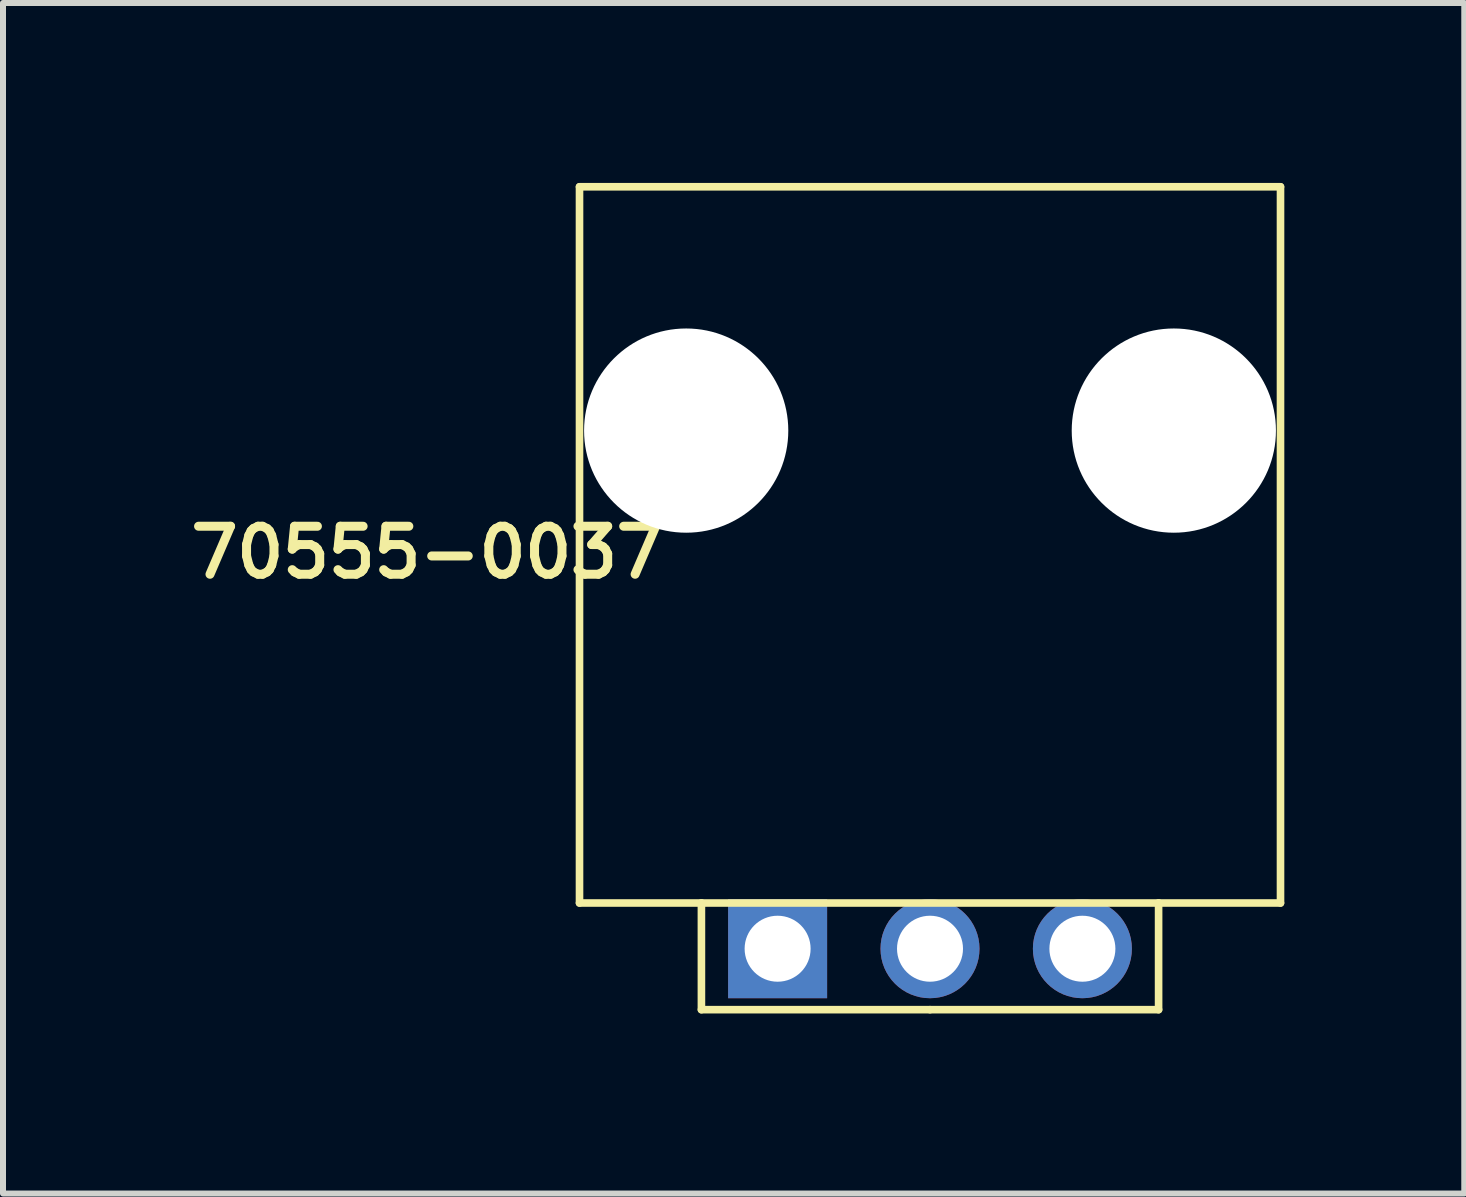
<source format=kicad_pcb>
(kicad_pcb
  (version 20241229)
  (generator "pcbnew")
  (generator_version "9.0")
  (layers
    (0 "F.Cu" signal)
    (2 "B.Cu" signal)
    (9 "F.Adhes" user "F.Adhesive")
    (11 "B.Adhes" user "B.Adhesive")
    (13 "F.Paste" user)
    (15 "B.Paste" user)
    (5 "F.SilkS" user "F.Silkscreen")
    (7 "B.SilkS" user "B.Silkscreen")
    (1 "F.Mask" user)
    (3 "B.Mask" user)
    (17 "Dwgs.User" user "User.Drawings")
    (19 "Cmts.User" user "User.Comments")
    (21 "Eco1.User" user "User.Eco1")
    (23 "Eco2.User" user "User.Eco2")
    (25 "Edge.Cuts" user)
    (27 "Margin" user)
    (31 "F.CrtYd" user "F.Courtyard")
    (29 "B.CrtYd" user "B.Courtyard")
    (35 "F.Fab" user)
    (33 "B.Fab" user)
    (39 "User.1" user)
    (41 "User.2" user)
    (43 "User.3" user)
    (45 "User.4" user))
  (footprint "70555-0037"
    (layer "F.Cu")
    (at 12.451 8.445)
    (property "Reference" "70555-0037" (at -8.382 -2.286 0) (layer "F.SilkS") (effects (font (size 0.8 0.8) (thickness 0.15))))
    (attr through_hole)
    (fp_line (start -5.842 -8.382) (end 5.842 -8.382) (stroke (width 0.127) (type solid)) (layer "F.SilkS"))
    (fp_line (start -5.842 3.556) (end -5.842 -8.382) (stroke (width 0.127) (type solid)) (layer "F.SilkS"))
    (fp_line (start -3.81 3.556) (end -5.842 3.556) (stroke (width 0.127) (type solid)) (layer "F.SilkS"))
    (fp_line (start -3.81 3.556) (end 3.81 3.556) (stroke (width 0.127) (type solid)) (layer "F.SilkS"))
    (fp_line (start -3.81 5.334) (end -3.81 3.556) (stroke (width 0.127) (type solid)) (layer "F.SilkS"))
    (fp_line (start 0 5.334) (end -3.81 5.334) (stroke (width 0.127) (type solid)) (layer "F.SilkS"))
    (fp_line (start 3.81 3.556) (end 3.81 5.334) (stroke (width 0.127) (type solid)) (layer "F.SilkS"))
    (fp_line (start 3.81 5.334) (end 0 5.334) (stroke (width 0.127) (type solid)) (layer "F.SilkS"))
    (fp_line (start 5.842 -8.382) (end 5.842 3.556) (stroke (width 0.127) (type solid)) (layer "F.SilkS"))
    (fp_line (start 5.842 3.556) (end 3.81 3.556) (stroke (width 0.127) (type solid)) (layer "F.SilkS"))
    (pad "" np_thru_hole circle (at -4.064 -4.318) (size 3.404 3.404) (drill 3.404) (layers "*.Cu" "*.Mask"))
    (pad "" np_thru_hole circle (at 4.064 -4.318) (size 3.404 3.404) (drill 3.404) (layers "*.Cu" "*.Mask"))
    (pad "1" thru_hole rect (at -2.54 4.318) (size 1.65 1.65) (drill 1.1) (layers "*.Cu" "*.Mask"))
    (pad "2" thru_hole circle (at 0 4.318) (size 1.65 1.65) (drill 1.1) (layers "*.Cu" "*.Mask"))
    (pad "3" thru_hole circle (at 2.54 4.318) (size 1.65 1.65) (drill 1.1) (layers "*.Cu" "*.Mask")))
  (gr_rect
    (start -3 -3)
    (end 21.356 16.843)
    (stroke (width 0.1) (type default))
    (fill no)
    (layer "Edge.Cuts")))
</source>
